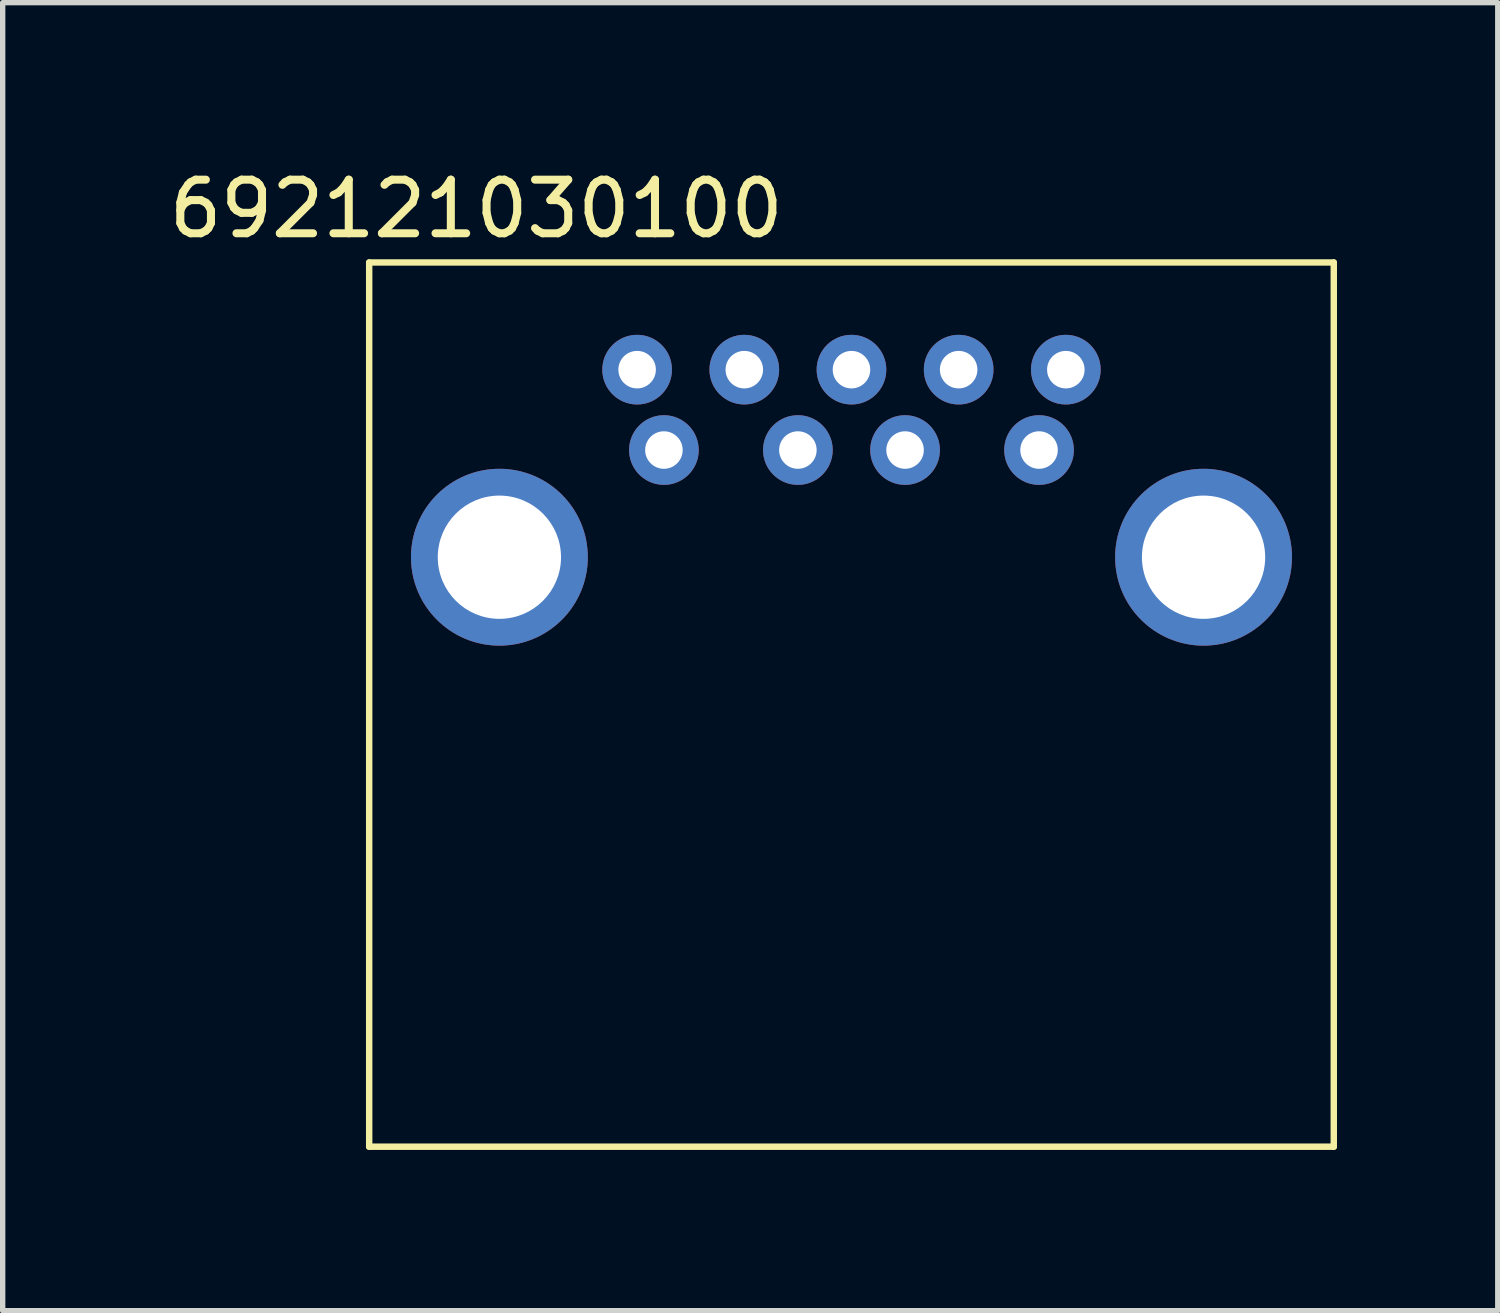
<source format=kicad_pcb>
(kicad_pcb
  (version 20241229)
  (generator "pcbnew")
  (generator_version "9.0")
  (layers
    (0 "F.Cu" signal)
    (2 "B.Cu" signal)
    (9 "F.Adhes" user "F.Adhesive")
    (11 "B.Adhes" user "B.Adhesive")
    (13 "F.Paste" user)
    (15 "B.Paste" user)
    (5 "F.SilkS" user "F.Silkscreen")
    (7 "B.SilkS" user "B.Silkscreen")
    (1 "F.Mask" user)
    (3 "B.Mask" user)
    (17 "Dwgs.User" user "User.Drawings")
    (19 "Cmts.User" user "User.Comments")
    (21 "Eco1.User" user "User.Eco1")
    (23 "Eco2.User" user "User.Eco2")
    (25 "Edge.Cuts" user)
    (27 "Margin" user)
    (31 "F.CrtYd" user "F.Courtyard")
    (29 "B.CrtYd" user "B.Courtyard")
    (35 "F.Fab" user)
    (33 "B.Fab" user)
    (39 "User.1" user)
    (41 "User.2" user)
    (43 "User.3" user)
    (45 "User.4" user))
  (footprint "692121030100"
    (layer "F.Cu")
    (at 12.839 7.348)
    (property "Reference" "692121030100" (at -7 -6.5 0) (layer "F.SilkS") (effects (font (size 1 1) (thickness 0.15))))
    (attr through_hole)
    (fp_line (start -9 -5.5) (end 9 -5.5) (stroke (width 0.12) (type solid)) (layer "F.SilkS"))
    (fp_line (start -9 11) (end -9 -5.5) (stroke (width 0.12) (type solid)) (layer "F.SilkS"))
    (fp_line (start 9 -5.5) (end 9 11) (stroke (width 0.12) (type solid)) (layer "F.SilkS"))
    (fp_line (start 9 11) (end -9 11) (stroke (width 0.12) (type solid)) (layer "F.SilkS"))
    (pad "1" thru_hole circle (at -3.5 -2) (size 1.3 1.3) (drill 0.7) (layers "*.Cu" "*.Mask"))
    (pad "2" thru_hole circle (at -1 -2) (size 1.3 1.3) (drill 0.7) (layers "*.Cu" "*.Mask"))
    (pad "3" thru_hole circle (at 1 -2) (size 1.3 1.3) (drill 0.7) (layers "*.Cu" "*.Mask"))
    (pad "4" thru_hole circle (at 3.5 -2) (size 1.3 1.3) (drill 0.7) (layers "*.Cu" "*.Mask"))
    (pad "5" thru_hole circle (at 4 -3.5) (size 1.3 1.3) (drill 0.7) (layers "*.Cu" "*.Mask"))
    (pad "6" thru_hole circle (at 2 -3.5) (size 1.3 1.3) (drill 0.7) (layers "*.Cu" "*.Mask"))
    (pad "7" thru_hole circle (at 0 -3.5) (size 1.3 1.3) (drill 0.7) (layers "*.Cu" "*.Mask"))
    (pad "8" thru_hole circle (at -2 -3.5) (size 1.3 1.3) (drill 0.7) (layers "*.Cu" "*.Mask"))
    (pad "9" thru_hole circle (at -4 -3.5) (size 1.3 1.3) (drill 0.7) (layers "*.Cu" "*.Mask"))
    (pad "10" thru_hole circle (at -6.57 0) (size 3.3 3.3) (drill 2.3) (layers "*.Cu" "*.Mask"))
    (pad "10" thru_hole circle (at 6.57 0) (size 3.3 3.3) (drill 2.3) (layers "*.Cu" "*.Mask")))
  (gr_rect
    (start -3 -3)
    (end 24.899 21.408)
    (stroke (width 0.1) (type default))
    (fill no)
    (layer "Edge.Cuts")))
</source>
